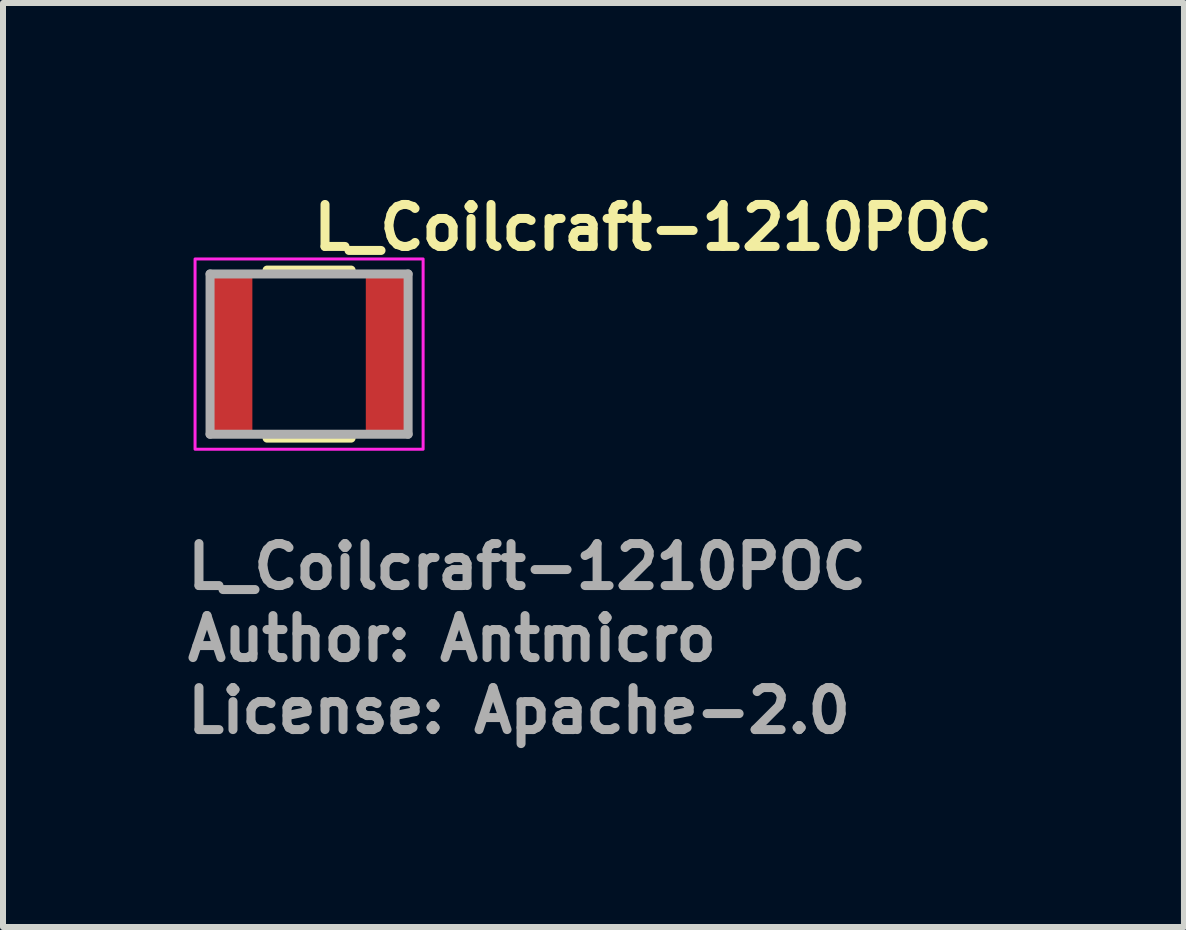
<source format=kicad_pcb>
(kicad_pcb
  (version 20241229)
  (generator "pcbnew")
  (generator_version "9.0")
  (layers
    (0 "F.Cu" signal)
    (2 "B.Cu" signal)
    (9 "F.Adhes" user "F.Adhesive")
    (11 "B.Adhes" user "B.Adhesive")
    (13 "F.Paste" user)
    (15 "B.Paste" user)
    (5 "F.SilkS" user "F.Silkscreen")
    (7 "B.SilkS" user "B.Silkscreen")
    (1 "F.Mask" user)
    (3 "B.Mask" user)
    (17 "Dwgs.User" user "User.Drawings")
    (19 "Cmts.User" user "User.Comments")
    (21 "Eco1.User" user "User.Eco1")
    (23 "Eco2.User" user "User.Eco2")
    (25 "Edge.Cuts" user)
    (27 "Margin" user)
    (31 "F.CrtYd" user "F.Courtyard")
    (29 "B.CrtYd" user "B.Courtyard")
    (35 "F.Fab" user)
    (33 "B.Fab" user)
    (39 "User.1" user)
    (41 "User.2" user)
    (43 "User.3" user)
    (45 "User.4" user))
  (footprint "L_Coilcraft-1210POC"
    (layer "F.Cu")
    (at 2.1 2.85)
    (property "Reference" "L_Coilcraft-1210POC" (at 0 -1.7 0) (layer "F.SilkS") (effects (font (size 0.7 0.7) (thickness 0.15)) (justify left bottom)))
    (attr smd)
    (fp_line (start -0.7 -1.4) (end 0.7 -1.4) (stroke (width 0.15) (type solid)) (layer "F.SilkS"))
    (fp_line (start -0.7 1.4) (end 0.7 1.4) (stroke (width 0.15) (type solid)) (layer "F.SilkS"))
    (fp_rect (start -1.9 -1.585) (end 1.9 1.585) (stroke (width 0.05) (type solid)) (fill no) (layer "F.CrtYd"))
    (fp_line (start -1.65 1.335) (end -1.65 -1.335) (stroke (width 0.15) (type solid)) (layer "F.Fab"))
    (fp_line (start 1.65 -1.335) (end -1.65 -1.335) (stroke (width 0.15) (type solid)) (layer "F.Fab"))
    (fp_line (start 1.65 1.335) (end -1.65 1.335) (stroke (width 0.15) (type solid)) (layer "F.Fab"))
    (fp_line (start 1.65 1.335) (end 1.65 -1.335) (stroke (width 0.15) (type solid)) (layer "F.Fab"))
    (fp_rect (start -1.65 -1.335) (end 1.65 1.335) (stroke (width 0.1) (type solid)) (fill no) (layer "User.5"))
    (fp_line (start -1.601 -1.17) (end -1.599 -1.174) (stroke (width 0.02) (type solid)) (layer "User.9"))
    (fp_line (start -1.601 1.169) (end -1.601 -1.17) (stroke (width 0.02) (type solid)) (layer "User.9"))
    (fp_line (start -1.601 1.169) (end -1.599 1.173) (stroke (width 0.02) (type solid)) (layer "User.9"))
    (fp_line (start -1.599 -1.182) (end -1.598 -1.186) (stroke (width 0.02) (type solid)) (layer "User.9"))
    (fp_line (start -1.599 -1.178) (end -1.599 -1.182) (stroke (width 0.02) (type solid)) (layer "User.9"))
    (fp_line (start -1.599 -1.174) (end -1.599 -1.178) (stroke (width 0.02) (type solid)) (layer "User.9"))
    (fp_line (start -1.599 1.173) (end -1.599 1.177) (stroke (width 0.02) (type solid)) (layer "User.9"))
    (fp_line (start -1.599 1.177) (end -1.599 1.181) (stroke (width 0.02) (type solid)) (layer "User.9"))
    (fp_line (start -1.599 1.181) (end -1.598 1.185) (stroke (width 0.02) (type solid)) (layer "User.9"))
    (fp_line (start -1.598 -1.186) (end -1.597 -1.19) (stroke (width 0.02) (type solid)) (layer "User.9"))
    (fp_line (start -1.598 1.185) (end -1.597 1.189) (stroke (width 0.02) (type solid)) (layer "User.9"))
    (fp_line (start -1.597 -1.19) (end -1.596 -1.194) (stroke (width 0.02) (type solid)) (layer "User.9"))
    (fp_line (start -1.597 1.189) (end -1.596 1.193) (stroke (width 0.02) (type solid)) (layer "User.9"))
    (fp_line (start -1.596 -1.194) (end -1.595 -1.198) (stroke (width 0.02) (type solid)) (layer "User.9"))
    (fp_line (start -1.596 1.193) (end -1.595 1.195) (stroke (width 0.02) (type solid)) (layer "User.9"))
    (fp_line (start -1.595 -1.198) (end -1.593 -1.202) (stroke (width 0.02) (type solid)) (layer "User.9"))
    (fp_line (start -1.595 1.195) (end -1.593 1.199) (stroke (width 0.02) (type solid)) (layer "User.9"))
    (fp_line (start -1.593 -1.202) (end -1.592 -1.206) (stroke (width 0.02) (type solid)) (layer "User.9"))
    (fp_line (start -1.593 1.199) (end -1.592 1.203) (stroke (width 0.02) (type solid)) (layer "User.9"))
    (fp_line (start -1.592 -1.206) (end -1.59 -1.208) (stroke (width 0.02) (type solid)) (layer "User.9"))
    (fp_line (start -1.592 1.203) (end -1.59 1.207) (stroke (width 0.02) (type solid)) (layer "User.9"))
    (fp_line (start -1.59 -1.208) (end -1.588 -1.212) (stroke (width 0.02) (type solid)) (layer "User.9"))
    (fp_line (start -1.59 1.207) (end -1.588 1.211) (stroke (width 0.02) (type solid)) (layer "User.9"))
    (fp_line (start -1.588 -1.212) (end -1.586 -1.216) (stroke (width 0.02) (type solid)) (layer "User.9"))
    (fp_line (start -1.588 1.211) (end -1.586 1.213) (stroke (width 0.02) (type solid)) (layer "User.9"))
    (fp_line (start -1.586 -1.216) (end -1.584 -1.218) (stroke (width 0.02) (type solid)) (layer "User.9"))
    (fp_line (start -1.586 1.213) (end -1.584 1.217) (stroke (width 0.02) (type solid)) (layer "User.9"))
    (fp_line (start -1.584 -1.218) (end -1.582 -1.222) (stroke (width 0.02) (type solid)) (layer "User.9"))
    (fp_line (start -1.584 1.217) (end -1.582 1.219) (stroke (width 0.02) (type solid)) (layer "User.9"))
    (fp_line (start -1.582 -1.222) (end -1.58 -1.224) (stroke (width 0.02) (type solid)) (layer "User.9"))
    (fp_line (start -1.582 1.219) (end -1.58 1.223) (stroke (width 0.02) (type solid)) (layer "User.9"))
    (fp_line (start -1.58 -1.224) (end -1.577 -1.228) (stroke (width 0.02) (type solid)) (layer "User.9"))
    (fp_line (start -1.58 1.223) (end -1.577 1.225) (stroke (width 0.02) (type solid)) (layer "User.9"))
    (fp_line (start -1.577 -1.228) (end -1.577 -1.228) (stroke (width 0.02) (type solid)) (layer "User.9"))
    (fp_line (start -1.577 -1.228) (end -1.574 -1.23) (stroke (width 0.02) (type solid)) (layer "User.9"))
    (fp_line (start -1.577 1.225) (end -1.577 1.225) (stroke (width 0.02) (type solid)) (layer "User.9"))
    (fp_line (start -1.577 1.225) (end -1.574 1.229) (stroke (width 0.02) (type solid)) (layer "User.9"))
    (fp_line (start -1.574 -1.23) (end -1.571 -1.232) (stroke (width 0.02) (type solid)) (layer "User.9"))
    (fp_line (start -1.574 1.229) (end -1.571 1.231) (stroke (width 0.02) (type solid)) (layer "User.9"))
    (fp_line (start -1.571 -1.232) (end -1.567 -1.236) (stroke (width 0.02) (type solid)) (layer "User.9"))
    (fp_line (start -1.571 1.231) (end -1.567 1.233) (stroke (width 0.02) (type solid)) (layer "User.9"))
    (fp_line (start -1.567 -1.236) (end -1.564 -1.238) (stroke (width 0.02) (type solid)) (layer "User.9"))
    (fp_line (start -1.567 1.233) (end -1.564 1.235) (stroke (width 0.02) (type solid)) (layer "User.9"))
    (fp_line (start -1.564 -1.238) (end -1.561 -1.24) (stroke (width 0.02) (type solid)) (layer "User.9"))
    (fp_line (start -1.564 1.235) (end -1.561 1.237) (stroke (width 0.02) (type solid)) (layer "User.9"))
    (fp_line (start -1.561 -1.24) (end -1.558 -1.242) (stroke (width 0.02) (type solid)) (layer "User.9"))
    (fp_line (start -1.561 1.237) (end -1.558 1.239) (stroke (width 0.02) (type solid)) (layer "User.9"))
    (fp_line (start -1.558 -1.242) (end -1.555 -1.244) (stroke (width 0.02) (type solid)) (layer "User.9"))
    (fp_line (start -1.558 1.239) (end -1.555 1.241) (stroke (width 0.02) (type solid)) (layer "User.9"))
    (fp_line (start -1.555 -1.244) (end -1.55 -1.244) (stroke (width 0.02) (type solid)) (layer "User.9"))
    (fp_line (start -1.555 1.241) (end -1.55 1.243) (stroke (width 0.02) (type solid)) (layer "User.9"))
    (fp_line (start -1.55 -1.244) (end -1.546 -1.246) (stroke (width 0.02) (type solid)) (layer "User.9"))
    (fp_line (start -1.55 1.243) (end -1.546 1.245) (stroke (width 0.02) (type solid)) (layer "User.9"))
    (fp_line (start -1.546 -1.246) (end -1.544 -1.248) (stroke (width 0.02) (type solid)) (layer "User.9"))
    (fp_line (start -1.546 1.245) (end -1.544 1.245) (stroke (width 0.02) (type solid)) (layer "User.9"))
    (fp_line (start -1.544 -1.248) (end -1.54 -1.248) (stroke (width 0.02) (type solid)) (layer "User.9"))
    (fp_line (start -1.544 1.245) (end -1.54 1.247) (stroke (width 0.02) (type solid)) (layer "User.9"))
    (fp_line (start -1.54 -1.248) (end -1.535 -1.25) (stroke (width 0.02) (type solid)) (layer "User.9"))
    (fp_line (start -1.54 1.247) (end -1.535 1.247) (stroke (width 0.02) (type solid)) (layer "User.9"))
    (fp_line (start -1.535 -1.25) (end -1.531 -1.25) (stroke (width 0.02) (type solid)) (layer "User.9"))
    (fp_line (start -1.535 1.247) (end -1.531 1.249) (stroke (width 0.02) (type solid)) (layer "User.9"))
    (fp_line (start -1.531 -1.25) (end -1.527 -1.25) (stroke (width 0.02) (type solid)) (layer "User.9"))
    (fp_line (start -1.531 1.249) (end -1.527 1.249) (stroke (width 0.02) (type solid)) (layer "User.9"))
    (fp_line (start -1.527 -1.25) (end -1.524 -1.25) (stroke (width 0.02) (type solid)) (layer "User.9"))
    (fp_line (start -1.527 1.249) (end -1.524 1.249) (stroke (width 0.02) (type solid)) (layer "User.9"))
    (fp_line (start -1.524 -1.25) (end -1.521 -1.25) (stroke (width 0.02) (type solid)) (layer "User.9"))
    (fp_line (start -1.524 1.249) (end -1.521 1.249) (stroke (width 0.02) (type solid)) (layer "User.9"))
    (fp_line (start -1.521 -1.25) (end -1.001 -1.25) (stroke (width 0.02) (type solid)) (layer "User.9"))
    (fp_line (start -1.001 -1.25) (end -1.001 -1.17) (stroke (width 0.02) (type solid)) (layer "User.9"))
    (fp_line (start -1.001 1.169) (end -1.001 -1.17) (stroke (width 0.02) (type solid)) (layer "User.9"))
    (fp_line (start -1.001 1.169) (end -1.001 1.249) (stroke (width 0.02) (type solid)) (layer "User.9"))
    (fp_line (start -1.001 1.249) (end -1.521 1.249) (stroke (width 0.02) (type solid)) (layer "User.9"))
    (fp_line (start 1 -1.25) (end 1 -1.17) (stroke (width 0.02) (type solid)) (layer "User.9"))
    (fp_line (start 1 -1.224) (end -1.001 -1.224) (stroke (width 0.02) (type solid)) (layer "User.9"))
    (fp_line (start 1 1.169) (end 1 -1.17) (stroke (width 0.02) (type solid)) (layer "User.9"))
    (fp_line (start 1 1.169) (end 1 1.249) (stroke (width 0.02) (type solid)) (layer "User.9"))
    (fp_line (start 1 1.223) (end -1.001 1.223) (stroke (width 0.02) (type solid)) (layer "User.9"))
    (fp_line (start 1 1.249) (end 1.52 1.249) (stroke (width 0.02) (type solid)) (layer "User.9"))
    (fp_line (start 1.52 -1.25) (end 1 -1.25) (stroke (width 0.02) (type solid)) (layer "User.9"))
    (fp_line (start 1.524 -1.25) (end 1.52 -1.25) (stroke (width 0.02) (type solid)) (layer "User.9"))
    (fp_line (start 1.524 1.249) (end 1.52 1.249) (stroke (width 0.02) (type solid)) (layer "User.9"))
    (fp_line (start 1.528 -1.25) (end 1.524 -1.25) (stroke (width 0.02) (type solid)) (layer "User.9"))
    (fp_line (start 1.528 1.249) (end 1.524 1.249) (stroke (width 0.02) (type solid)) (layer "User.9"))
    (fp_line (start 1.532 -1.25) (end 1.528 -1.25) (stroke (width 0.02) (type solid)) (layer "User.9"))
    (fp_line (start 1.532 1.249) (end 1.528 1.249) (stroke (width 0.02) (type solid)) (layer "User.9"))
    (fp_line (start 1.536 -1.25) (end 1.532 -1.25) (stroke (width 0.02) (type solid)) (layer "User.9"))
    (fp_line (start 1.536 1.247) (end 1.532 1.249) (stroke (width 0.02) (type solid)) (layer "User.9"))
    (fp_line (start 1.54 -1.248) (end 1.536 -1.25) (stroke (width 0.02) (type solid)) (layer "User.9"))
    (fp_line (start 1.54 1.247) (end 1.536 1.247) (stroke (width 0.02) (type solid)) (layer "User.9"))
    (fp_line (start 1.544 -1.248) (end 1.54 -1.248) (stroke (width 0.02) (type solid)) (layer "User.9"))
    (fp_line (start 1.544 1.245) (end 1.54 1.247) (stroke (width 0.02) (type solid)) (layer "User.9"))
    (fp_line (start 1.547 -1.246) (end 1.544 -1.248) (stroke (width 0.02) (type solid)) (layer "User.9"))
    (fp_line (start 1.547 1.245) (end 1.544 1.245) (stroke (width 0.02) (type solid)) (layer "User.9"))
    (fp_line (start 1.551 -1.244) (end 1.547 -1.246) (stroke (width 0.02) (type solid)) (layer "User.9"))
    (fp_line (start 1.551 1.243) (end 1.547 1.245) (stroke (width 0.02) (type solid)) (layer "User.9"))
    (fp_line (start 1.555 -1.244) (end 1.551 -1.244) (stroke (width 0.02) (type solid)) (layer "User.9"))
    (fp_line (start 1.555 1.241) (end 1.551 1.243) (stroke (width 0.02) (type solid)) (layer "User.9"))
    (fp_line (start 1.557 -1.242) (end 1.555 -1.244) (stroke (width 0.02) (type solid)) (layer "User.9"))
    (fp_line (start 1.557 1.239) (end 1.555 1.241) (stroke (width 0.02) (type solid)) (layer "User.9"))
    (fp_line (start 1.561 -1.24) (end 1.557 -1.242) (stroke (width 0.02) (type solid)) (layer "User.9"))
    (fp_line (start 1.561 1.237) (end 1.557 1.239) (stroke (width 0.02) (type solid)) (layer "User.9"))
    (fp_line (start 1.564 -1.238) (end 1.561 -1.24) (stroke (width 0.02) (type solid)) (layer "User.9"))
    (fp_line (start 1.564 1.235) (end 1.561 1.237) (stroke (width 0.02) (type solid)) (layer "User.9"))
    (fp_line (start 1.568 -1.236) (end 1.564 -1.238) (stroke (width 0.02) (type solid)) (layer "User.9"))
    (fp_line (start 1.568 1.233) (end 1.564 1.235) (stroke (width 0.02) (type solid)) (layer "User.9"))
    (fp_line (start 1.571 -1.232) (end 1.568 -1.236) (stroke (width 0.02) (type solid)) (layer "User.9"))
    (fp_line (start 1.571 1.231) (end 1.568 1.233) (stroke (width 0.02) (type solid)) (layer "User.9"))
    (fp_line (start 1.573 -1.23) (end 1.571 -1.232) (stroke (width 0.02) (type solid)) (layer "User.9"))
    (fp_line (start 1.573 1.229) (end 1.571 1.231) (stroke (width 0.02) (type solid)) (layer "User.9"))
    (fp_line (start 1.576 -1.228) (end 1.573 -1.23) (stroke (width 0.02) (type solid)) (layer "User.9"))
    (fp_line (start 1.576 -1.228) (end 1.576 -1.228) (stroke (width 0.02) (type solid)) (layer "User.9"))
    (fp_line (start 1.576 1.225) (end 1.573 1.229) (stroke (width 0.02) (type solid)) (layer "User.9"))
    (fp_line (start 1.576 1.225) (end 1.576 1.225) (stroke (width 0.02) (type solid)) (layer "User.9"))
    (fp_line (start 1.58 -1.224) (end 1.576 -1.228) (stroke (width 0.02) (type solid)) (layer "User.9"))
    (fp_line (start 1.58 1.223) (end 1.576 1.225) (stroke (width 0.02) (type solid)) (layer "User.9"))
    (fp_line (start 1.581 -1.222) (end 1.58 -1.224) (stroke (width 0.02) (type solid)) (layer "User.9"))
    (fp_line (start 1.581 1.219) (end 1.58 1.223) (stroke (width 0.02) (type solid)) (layer "User.9"))
    (fp_line (start 1.584 -1.218) (end 1.581 -1.222) (stroke (width 0.02) (type solid)) (layer "User.9"))
    (fp_line (start 1.584 1.217) (end 1.581 1.219) (stroke (width 0.02) (type solid)) (layer "User.9"))
    (fp_line (start 1.587 -1.216) (end 1.584 -1.218) (stroke (width 0.02) (type solid)) (layer "User.9"))
    (fp_line (start 1.587 1.213) (end 1.584 1.217) (stroke (width 0.02) (type solid)) (layer "User.9"))
    (fp_line (start 1.588 -1.212) (end 1.587 -1.216) (stroke (width 0.02) (type solid)) (layer "User.9"))
    (fp_line (start 1.588 1.211) (end 1.587 1.213) (stroke (width 0.02) (type solid)) (layer "User.9"))
    (fp_line (start 1.591 -1.208) (end 1.588 -1.212) (stroke (width 0.02) (type solid)) (layer "User.9"))
    (fp_line (start 1.591 1.207) (end 1.588 1.211) (stroke (width 0.02) (type solid)) (layer "User.9"))
    (fp_line (start 1.592 -1.206) (end 1.591 -1.208) (stroke (width 0.02) (type solid)) (layer "User.9"))
    (fp_line (start 1.592 1.203) (end 1.591 1.207) (stroke (width 0.02) (type solid)) (layer "User.9"))
    (fp_line (start 1.593 -1.202) (end 1.592 -1.206) (stroke (width 0.02) (type solid)) (layer "User.9"))
    (fp_line (start 1.593 1.199) (end 1.592 1.203) (stroke (width 0.02) (type solid)) (layer "User.9"))
    (fp_line (start 1.596 -1.198) (end 1.593 -1.202) (stroke (width 0.02) (type solid)) (layer "User.9"))
    (fp_line (start 1.596 -1.194) (end 1.596 -1.198) (stroke (width 0.02) (type solid)) (layer "User.9"))
    (fp_line (start 1.596 1.193) (end 1.596 1.195) (stroke (width 0.02) (type solid)) (layer "User.9"))
    (fp_line (start 1.596 1.195) (end 1.593 1.199) (stroke (width 0.02) (type solid)) (layer "User.9"))
    (fp_line (start 1.597 -1.19) (end 1.596 -1.194) (stroke (width 0.02) (type solid)) (layer "User.9"))
    (fp_line (start 1.597 1.189) (end 1.596 1.193) (stroke (width 0.02) (type solid)) (layer "User.9"))
    (fp_line (start 1.599 -1.186) (end 1.597 -1.19) (stroke (width 0.02) (type solid)) (layer "User.9"))
    (fp_line (start 1.599 1.185) (end 1.597 1.189) (stroke (width 0.02) (type solid)) (layer "User.9"))
    (fp_line (start 1.6 -1.182) (end 1.599 -1.186) (stroke (width 0.02) (type solid)) (layer "User.9"))
    (fp_line (start 1.6 -1.178) (end 1.6 -1.182) (stroke (width 0.02) (type solid)) (layer "User.9"))
    (fp_line (start 1.6 -1.174) (end 1.6 -1.178) (stroke (width 0.02) (type solid)) (layer "User.9"))
    (fp_line (start 1.6 -1.17) (end 1.6 -1.174) (stroke (width 0.02) (type solid)) (layer "User.9"))
    (fp_line (start 1.6 1.169) (end 1.6 -1.17) (stroke (width 0.02) (type solid)) (layer "User.9"))
    (fp_line (start 1.6 1.169) (end 1.6 1.173) (stroke (width 0.02) (type solid)) (layer "User.9"))
    (fp_line (start 1.6 1.173) (end 1.6 1.177) (stroke (width 0.02) (type solid)) (layer "User.9"))
    (fp_line (start 1.6 1.177) (end 1.6 1.181) (stroke (width 0.02) (type solid)) (layer "User.9"))
    (fp_line (start 1.6 1.181) (end 1.599 1.185) (stroke (width 0.02) (type solid)) (layer "User.9"))
    (fp_text user "Author: Antmicro" (at -2.1 5.15 0) (layer "F.Fab") (effects (font (size 0.7 0.7) (thickness 0.15)) (justify left bottom)))
    (fp_text user "${REFERENCE}" (at -2.1 3.95 0) (layer "F.Fab") (effects (font (size 0.7 0.7) (thickness 0.15)) (justify left bottom)))
    (fp_text user "License: Apache-2.0" (at -2.1 6.35 0) (layer "F.Fab") (effects (font (size 0.7 0.7) (thickness 0.15)) (justify left bottom)))
    (pad "1" smd rect (at -1.27 0) (size 0.65 2.65) (layers "F.Cu" "F.Mask" "F.Paste"))
    (pad "2" smd rect (at 1.27 0) (size 0.65 2.65) (layers "F.Cu" "F.Mask" "F.Paste")))
  (gr_rect
    (start -3 -3)
    (end 16.677 12.396)
    (stroke (width 0.1) (type default))
    (fill no)
    (layer "Edge.Cuts")))
</source>
